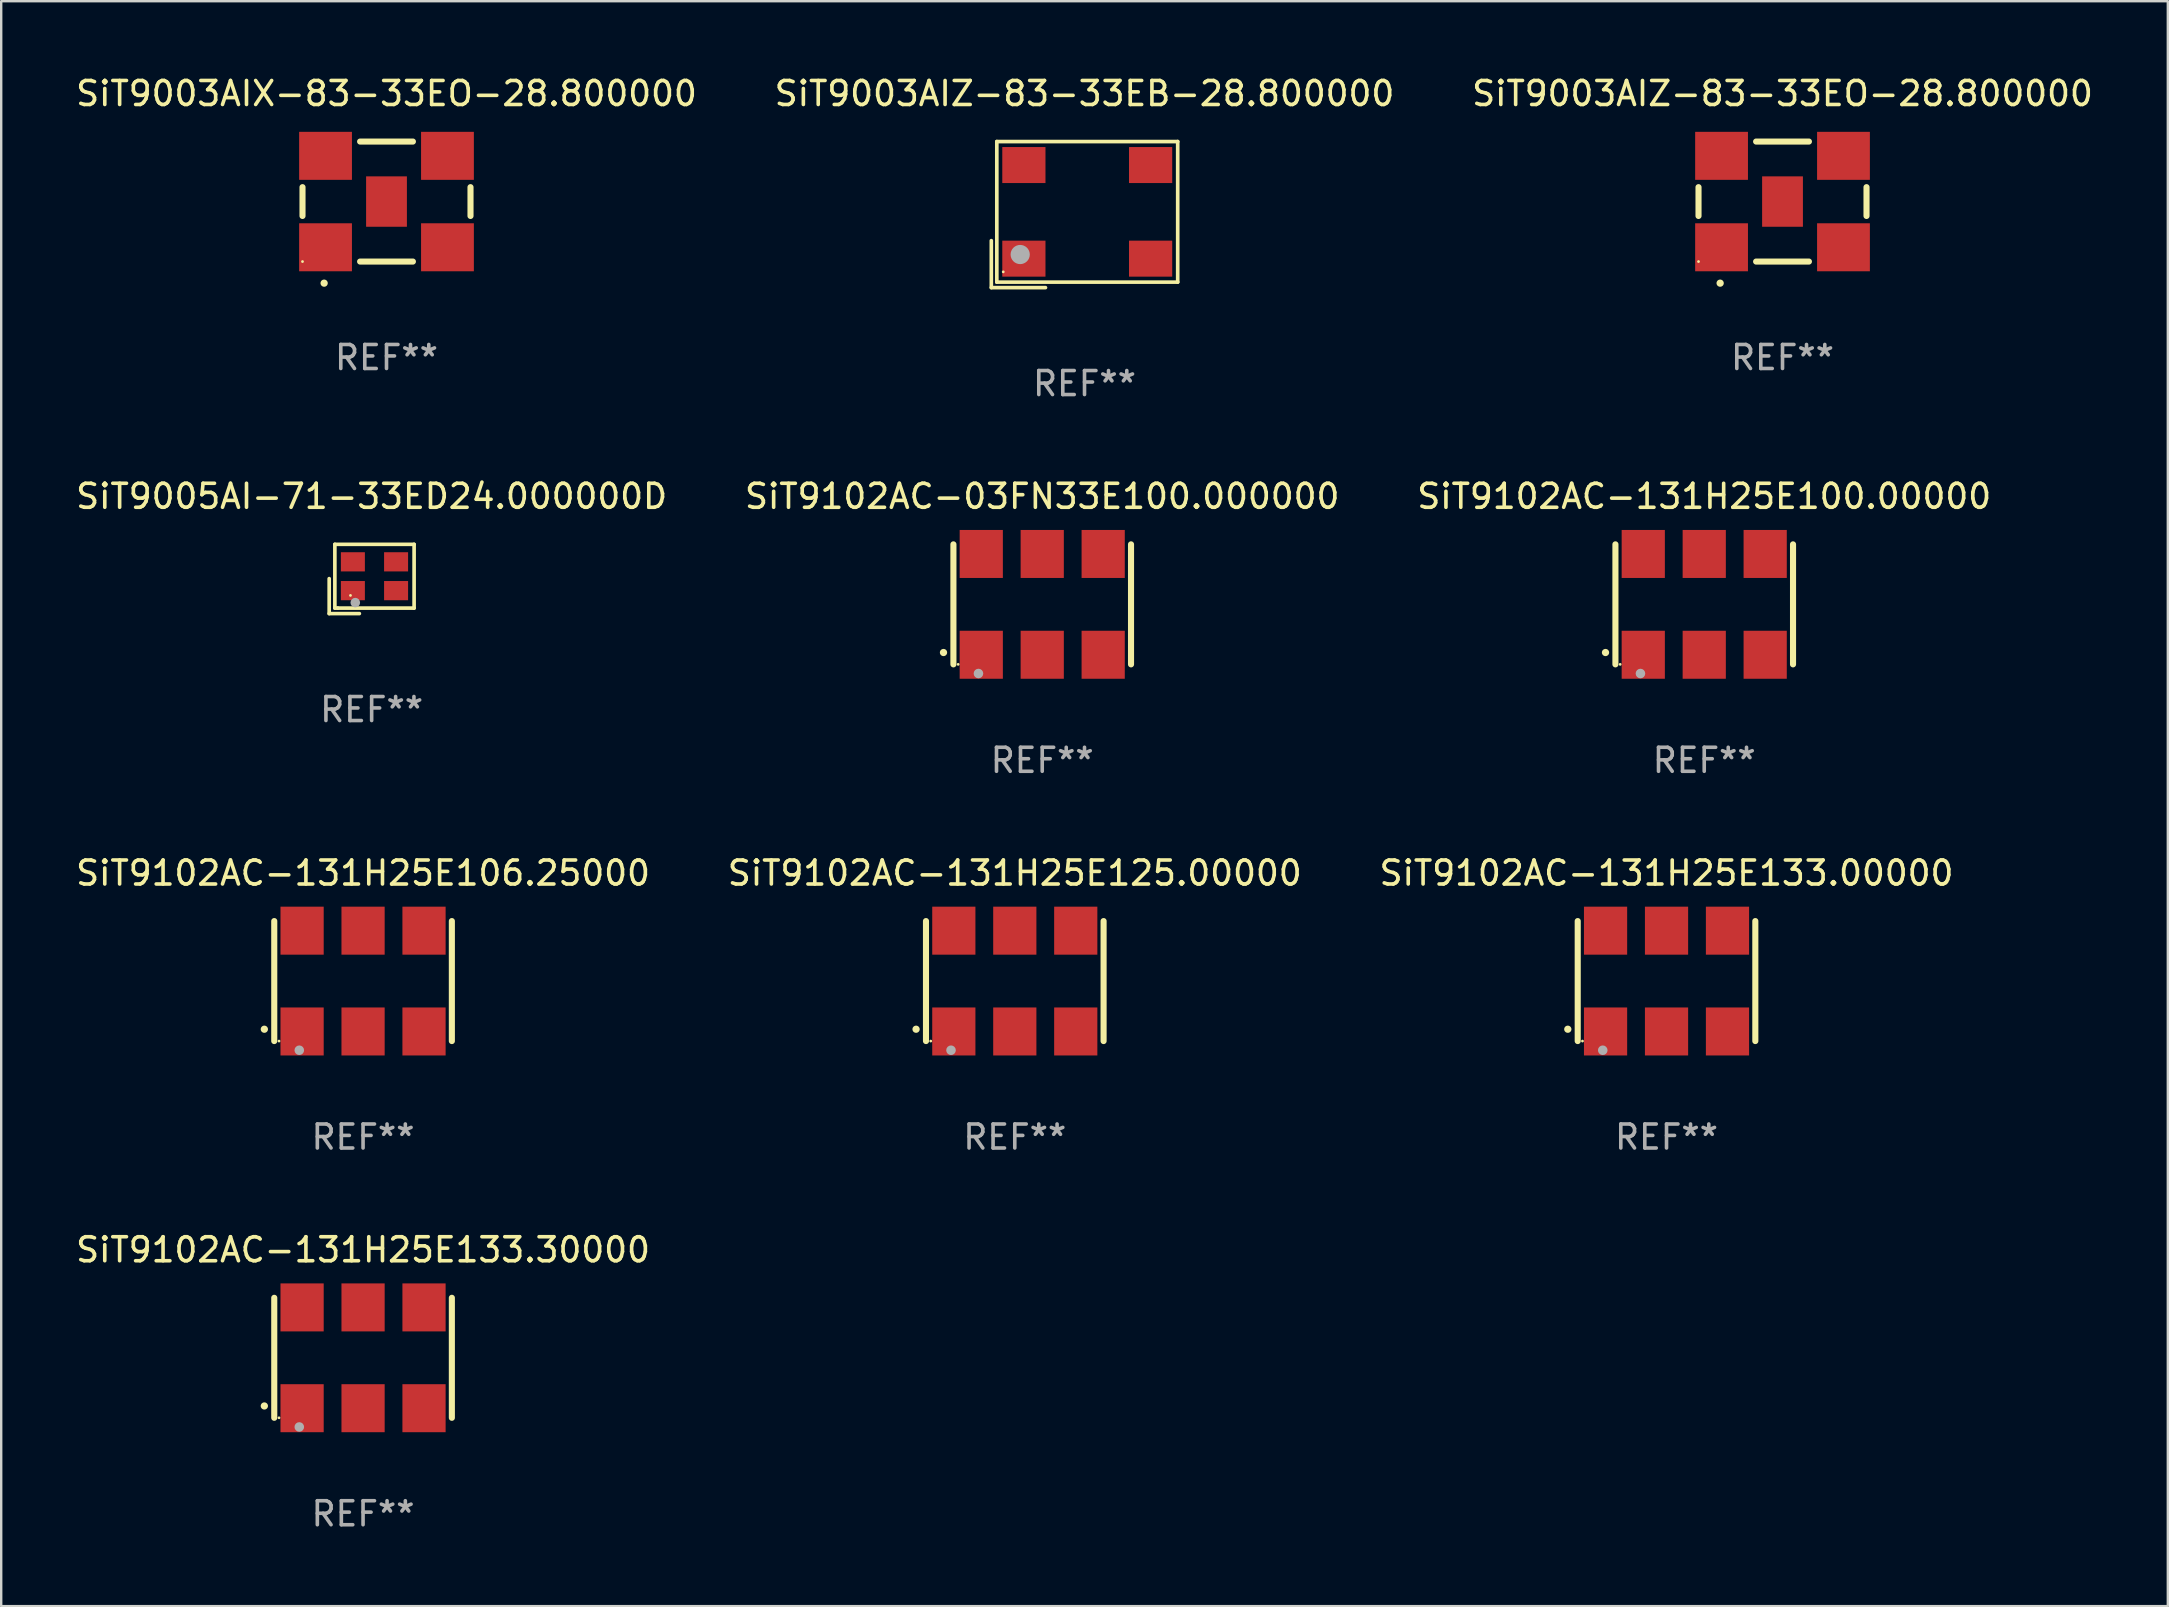
<source format=kicad_pcb>
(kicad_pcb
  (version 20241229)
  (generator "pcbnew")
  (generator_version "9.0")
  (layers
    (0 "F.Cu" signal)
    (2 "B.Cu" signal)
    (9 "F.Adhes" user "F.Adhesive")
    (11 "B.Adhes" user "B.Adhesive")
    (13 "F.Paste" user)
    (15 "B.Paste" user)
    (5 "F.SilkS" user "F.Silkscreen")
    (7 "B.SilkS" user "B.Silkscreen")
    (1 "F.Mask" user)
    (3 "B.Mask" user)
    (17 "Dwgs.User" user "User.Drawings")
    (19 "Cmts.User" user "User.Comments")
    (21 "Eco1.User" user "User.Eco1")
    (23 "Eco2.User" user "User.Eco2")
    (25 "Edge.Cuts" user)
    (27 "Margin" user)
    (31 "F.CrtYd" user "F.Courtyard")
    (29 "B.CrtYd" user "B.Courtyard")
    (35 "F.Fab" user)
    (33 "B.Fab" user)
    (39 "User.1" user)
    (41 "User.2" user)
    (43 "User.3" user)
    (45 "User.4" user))
  (footprint "SiT9102AC-131H25E125.00000"
    (layer "F.Cu")
    (at 39.232 37.827)
    (property "Reference" "SiT9102AC-131H25E125.00000" (at 0 -4.5 0) (layer "F.SilkS") (effects (font (size 1 1) (thickness 0.15))))
    (attr through_hole)
    (fp_line (start -3.7 -2.5) (end -3.7 2.5) (stroke (width 0.254) (type solid)) (layer "F.SilkS"))
    (fp_line (start 3.7 -2.5) (end 3.7 2.5) (stroke (width 0.254) (type solid)) (layer "F.SilkS"))
    (fp_arc (start -4.114415 2.006604) (mid -4.113145 2.006599) (end -4.111875 2.006604) (stroke (width 0.3) (type solid)) (layer "F.SilkS"))
    (fp_circle (center -3.502 2.5) (end -3.472 2.5) (stroke (width 0.06) (type solid)) (fill no) (layer "F.SilkS"))
    (fp_circle (center -2.657 2.882) (end -2.557 2.882) (stroke (width 0.2) (type solid)) (fill no) (layer "F.Fab"))
    (fp_text user "REF**" (at 0 6.5 0) (layer "F.Fab") (effects (font (size 1 1) (thickness 0.15))))
    (pad "1" smd rect (at -2.54 2.1) (size 1.8 2) (layers "F.Cu" "F.Mask" "F.Paste"))
    (pad "2" smd rect (at 0.000394 2.1) (size 1.8 2) (layers "F.Cu" "F.Mask" "F.Paste"))
    (pad "3" smd rect (at 2.54 2.1) (size 1.8 2) (layers "F.Cu" "F.Mask" "F.Paste"))
    (pad "4" smd rect (at 2.54 -2.1) (size 1.8 2) (layers "F.Cu" "F.Mask" "F.Paste"))
    (pad "5" smd rect (at 0.000394 -2.1) (size 1.8 2) (layers "F.Cu" "F.Mask" "F.Paste"))
    (pad "6" smd rect (at -2.54 -2.1) (size 1.8 2) (layers "F.Cu" "F.Mask" "F.Paste")))
  (footprint "SiT9003AIX-83-33EO-28.800000"
    (layer "F.Cu")
    (at 13.054 5.348)
    (property "Reference" "SiT9003AIX-83-33EO-28.800000" (at 0 -4.5 0) (layer "F.SilkS") (effects (font (size 1 1) (thickness 0.15))))
    (attr through_hole)
    (fp_line (start -3.5 -0.6) (end -3.5 0.6) (stroke (width 0.254) (type solid)) (layer "F.SilkS"))
    (fp_line (start -1.1 -2.5) (end 1.1 -2.5) (stroke (width 0.254) (type solid)) (layer "F.SilkS"))
    (fp_line (start -1.1 2.5) (end 1.1 2.5) (stroke (width 0.254) (type solid)) (layer "F.SilkS"))
    (fp_line (start 3.5 -0.6) (end 3.5 0.6) (stroke (width 0.254) (type solid)) (layer "F.SilkS"))
    (fp_arc (start -2.6 3.4) (mid -2.59873 3.399995) (end -2.59746 3.4) (stroke (width 0.3) (type solid)) (layer "F.SilkS"))
    (fp_circle (center -3.5 2.5) (end -3.47 2.5) (stroke (width 0.06) (type solid)) (fill no) (layer "F.SilkS"))
    (fp_text user "REF**" (at 0 6.5 0) (layer "F.Fab") (effects (font (size 1 1) (thickness 0.15))))
    (pad "1" smd rect (at -2.54 1.905) (size 2.2 2) (layers "F.Cu" "F.Mask" "F.Paste"))
    (pad "2" smd rect (at 2.54 1.905) (size 2.2 2) (layers "F.Cu" "F.Mask" "F.Paste"))
    (pad "3" smd rect (at 2.54 -1.905) (size 2.2 2) (layers "F.Cu" "F.Mask" "F.Paste"))
    (pad "4" smd rect (at -2.54 -1.905) (size 2.2 2) (layers "F.Cu" "F.Mask" "F.Paste"))
    (pad "5" smd rect (at 0 0.000127 180) (size 1.7 2.1) (layers "F.Cu" "F.Mask" "F.Paste")))
  (footprint "SiT9102AC-131H25E133.30000"
    (layer "F.Cu")
    (at 12.077 53.524)
    (property "Reference" "SiT9102AC-131H25E133.30000" (at 0 -4.5 0) (layer "F.SilkS") (effects (font (size 1 1) (thickness 0.15))))
    (attr through_hole)
    (fp_line (start -3.7 -2.5) (end -3.7 2.5) (stroke (width 0.254) (type solid)) (layer "F.SilkS"))
    (fp_line (start 3.7 -2.5) (end 3.7 2.5) (stroke (width 0.254) (type solid)) (layer "F.SilkS"))
    (fp_arc (start -4.114415 2.006604) (mid -4.113145 2.006599) (end -4.111875 2.006604) (stroke (width 0.3) (type solid)) (layer "F.SilkS"))
    (fp_circle (center -3.502 2.5) (end -3.472 2.5) (stroke (width 0.06) (type solid)) (fill no) (layer "F.SilkS"))
    (fp_circle (center -2.657 2.882) (end -2.557 2.882) (stroke (width 0.2) (type solid)) (fill no) (layer "F.Fab"))
    (fp_text user "REF**" (at 0 6.5 0) (layer "F.Fab") (effects (font (size 1 1) (thickness 0.15))))
    (pad "1" smd rect (at -2.54 2.1) (size 1.8 2) (layers "F.Cu" "F.Mask" "F.Paste"))
    (pad "2" smd rect (at 0.000394 2.1) (size 1.8 2) (layers "F.Cu" "F.Mask" "F.Paste"))
    (pad "3" smd rect (at 2.54 2.1) (size 1.8 2) (layers "F.Cu" "F.Mask" "F.Paste"))
    (pad "4" smd rect (at 2.54 -2.1) (size 1.8 2) (layers "F.Cu" "F.Mask" "F.Paste"))
    (pad "5" smd rect (at 0.000394 -2.1) (size 1.8 2) (layers "F.Cu" "F.Mask" "F.Paste"))
    (pad "6" smd rect (at -2.54 -2.1) (size 1.8 2) (layers "F.Cu" "F.Mask" "F.Paste")))
  (footprint "SiT9003AIZ-83-33EO-28.800000"
    (layer "F.Cu")
    (at 71.22 5.348)
    (property "Reference" "SiT9003AIZ-83-33EO-28.800000" (at 0 -4.5 0) (layer "F.SilkS") (effects (font (size 1 1) (thickness 0.15))))
    (attr through_hole)
    (fp_line (start -3.5 -0.6) (end -3.5 0.6) (stroke (width 0.254) (type solid)) (layer "F.SilkS"))
    (fp_line (start -1.1 -2.5) (end 1.1 -2.5) (stroke (width 0.254) (type solid)) (layer "F.SilkS"))
    (fp_line (start -1.1 2.5) (end 1.1 2.5) (stroke (width 0.254) (type solid)) (layer "F.SilkS"))
    (fp_line (start 3.5 -0.6) (end 3.5 0.6) (stroke (width 0.254) (type solid)) (layer "F.SilkS"))
    (fp_arc (start -2.6 3.4) (mid -2.59873 3.399995) (end -2.59746 3.4) (stroke (width 0.3) (type solid)) (layer "F.SilkS"))
    (fp_circle (center -3.5 2.5) (end -3.47 2.5) (stroke (width 0.06) (type solid)) (fill no) (layer "F.SilkS"))
    (fp_text user "REF**" (at 0 6.5 0) (layer "F.Fab") (effects (font (size 1 1) (thickness 0.15))))
    (pad "1" smd rect (at -2.54 1.905) (size 2.2 2) (layers "F.Cu" "F.Mask" "F.Paste"))
    (pad "2" smd rect (at 2.54 1.905) (size 2.2 2) (layers "F.Cu" "F.Mask" "F.Paste"))
    (pad "3" smd rect (at 2.54 -1.905) (size 2.2 2) (layers "F.Cu" "F.Mask" "F.Paste"))
    (pad "4" smd rect (at -2.54 -1.905) (size 2.2 2) (layers "F.Cu" "F.Mask" "F.Paste"))
    (pad "5" smd rect (at 0 0.000127 180) (size 1.7 2.1) (layers "F.Cu" "F.Mask" "F.Paste")))
  (footprint "SiT9102AC-131H25E133.00000"
    (layer "F.Cu")
    (at 66.387 37.827)
    (property "Reference" "SiT9102AC-131H25E133.00000" (at 0 -4.5 0) (layer "F.SilkS") (effects (font (size 1 1) (thickness 0.15))))
    (attr through_hole)
    (fp_line (start -3.7 -2.5) (end -3.7 2.5) (stroke (width 0.254) (type solid)) (layer "F.SilkS"))
    (fp_line (start 3.7 -2.5) (end 3.7 2.5) (stroke (width 0.254) (type solid)) (layer "F.SilkS"))
    (fp_arc (start -4.114415 2.006604) (mid -4.113145 2.006599) (end -4.111875 2.006604) (stroke (width 0.3) (type solid)) (layer "F.SilkS"))
    (fp_circle (center -3.502 2.5) (end -3.472 2.5) (stroke (width 0.06) (type solid)) (fill no) (layer "F.SilkS"))
    (fp_circle (center -2.657 2.882) (end -2.557 2.882) (stroke (width 0.2) (type solid)) (fill no) (layer "F.Fab"))
    (fp_text user "REF**" (at 0 6.5 0) (layer "F.Fab") (effects (font (size 1 1) (thickness 0.15))))
    (pad "1" smd rect (at -2.54 2.1) (size 1.8 2) (layers "F.Cu" "F.Mask" "F.Paste"))
    (pad "2" smd rect (at 0.000394 2.1) (size 1.8 2) (layers "F.Cu" "F.Mask" "F.Paste"))
    (pad "3" smd rect (at 2.54 2.1) (size 1.8 2) (layers "F.Cu" "F.Mask" "F.Paste"))
    (pad "4" smd rect (at 2.54 -2.1) (size 1.8 2) (layers "F.Cu" "F.Mask" "F.Paste"))
    (pad "5" smd rect (at 0.000394 -2.1) (size 1.8 2) (layers "F.Cu" "F.Mask" "F.Paste"))
    (pad "6" smd rect (at -2.54 -2.1) (size 1.8 2) (layers "F.Cu" "F.Mask" "F.Paste")))
  (footprint "SiT9102AC-131H25E106.25000"
    (layer "F.Cu")
    (at 12.077 37.827)
    (property "Reference" "SiT9102AC-131H25E106.25000" (at 0 -4.5 0) (layer "F.SilkS") (effects (font (size 1 1) (thickness 0.15))))
    (attr through_hole)
    (fp_line (start -3.7 -2.5) (end -3.7 2.5) (stroke (width 0.254) (type solid)) (layer "F.SilkS"))
    (fp_line (start 3.7 -2.5) (end 3.7 2.5) (stroke (width 0.254) (type solid)) (layer "F.SilkS"))
    (fp_arc (start -4.114415 2.006604) (mid -4.113145 2.006599) (end -4.111875 2.006604) (stroke (width 0.3) (type solid)) (layer "F.SilkS"))
    (fp_circle (center -3.502 2.5) (end -3.472 2.5) (stroke (width 0.06) (type solid)) (fill no) (layer "F.SilkS"))
    (fp_circle (center -2.657 2.882) (end -2.557 2.882) (stroke (width 0.2) (type solid)) (fill no) (layer "F.Fab"))
    (fp_text user "REF**" (at 0 6.5 0) (layer "F.Fab") (effects (font (size 1 1) (thickness 0.15))))
    (pad "1" smd rect (at -2.54 2.1) (size 1.8 2) (layers "F.Cu" "F.Mask" "F.Paste"))
    (pad "2" smd rect (at 0.000394 2.1) (size 1.8 2) (layers "F.Cu" "F.Mask" "F.Paste"))
    (pad "3" smd rect (at 2.54 2.1) (size 1.8 2) (layers "F.Cu" "F.Mask" "F.Paste"))
    (pad "4" smd rect (at 2.54 -2.1) (size 1.8 2) (layers "F.Cu" "F.Mask" "F.Paste"))
    (pad "5" smd rect (at 0.000394 -2.1) (size 1.8 2) (layers "F.Cu" "F.Mask" "F.Paste"))
    (pad "6" smd rect (at -2.54 -2.1) (size 1.8 2) (layers "F.Cu" "F.Mask" "F.Paste")))
  (footprint "SiT9003AIZ-83-33EB-28.800000"
    (layer "F.Cu")
    (at 42.137 5.891)
    (property "Reference" "SiT9003AIZ-83-33EB-28.800000" (at 0 -5.043 0) (layer "F.SilkS") (effects (font (size 1 1) (thickness 0.15))))
    (attr through_hole)
    (fp_line (start -3.883 1.086) (end -3.883 3.043) (stroke (width 0.152) (type solid)) (layer "F.SilkS"))
    (fp_line (start -3.883 3.043) (end -1.626 3.043) (stroke (width 0.152) (type solid)) (layer "F.SilkS"))
    (fp_line (start -3.654 -3.043) (end 3.883 -3.043) (stroke (width 0.152) (type solid)) (layer "F.SilkS"))
    (fp_line (start -3.654 2.814) (end -3.654 -3.043) (stroke (width 0.152) (type solid)) (layer "F.SilkS"))
    (fp_line (start 3.883 -3.043) (end 3.883 2.814) (stroke (width 0.152) (type solid)) (layer "F.SilkS"))
    (fp_line (start 3.883 2.814) (end -3.654 2.814) (stroke (width 0.152) (type solid)) (layer "F.SilkS"))
    (fp_circle (center -3.386 2.386) (end -3.356 2.386) (stroke (width 0.06) (type solid)) (fill no) (layer "F.SilkS"))
    (fp_circle (center -2.68 1.664) (end -2.48 1.664) (stroke (width 0.4) (type solid)) (fill no) (layer "F.Fab"))
    (fp_text user "REF**" (at 0 7.043 0) (layer "F.Fab") (effects (font (size 1 1) (thickness 0.15))))
    (pad "1" smd rect (at -2.526 1.836) (size 1.8 1.5) (layers "F.Cu" "F.Mask" "F.Paste"))
    (pad "2" smd rect (at 2.754 1.836) (size 1.8 1.5) (layers "F.Cu" "F.Mask" "F.Paste"))
    (pad "3" smd rect (at 2.754 -2.064) (size 1.8 1.5) (layers "F.Cu" "F.Mask" "F.Paste"))
    (pad "4" smd rect (at -2.526 -2.064) (size 1.8 1.5) (layers "F.Cu" "F.Mask" "F.Paste")))
  (footprint "SiT9102AC-03FN33E100.000000"
    (layer "F.Cu")
    (at 40.375 22.131)
    (property "Reference" "SiT9102AC-03FN33E100.000000" (at 0 -4.5 0) (layer "F.SilkS") (effects (font (size 1 1) (thickness 0.15))))
    (attr through_hole)
    (fp_line (start -3.7 -2.5) (end -3.7 2.5) (stroke (width 0.254) (type solid)) (layer "F.SilkS"))
    (fp_line (start 3.7 -2.5) (end 3.7 2.5) (stroke (width 0.254) (type solid)) (layer "F.SilkS"))
    (fp_arc (start -4.114415 2.006604) (mid -4.113145 2.006599) (end -4.111875 2.006604) (stroke (width 0.3) (type solid)) (layer "F.SilkS"))
    (fp_circle (center -3.502 2.5) (end -3.472 2.5) (stroke (width 0.06) (type solid)) (fill no) (layer "F.SilkS"))
    (fp_circle (center -2.657 2.882) (end -2.557 2.882) (stroke (width 0.2) (type solid)) (fill no) (layer "F.Fab"))
    (fp_text user "REF**" (at 0 6.5 0) (layer "F.Fab") (effects (font (size 1 1) (thickness 0.15))))
    (pad "1" smd rect (at -2.54 2.1) (size 1.8 2) (layers "F.Cu" "F.Mask" "F.Paste"))
    (pad "2" smd rect (at 0.000394 2.1) (size 1.8 2) (layers "F.Cu" "F.Mask" "F.Paste"))
    (pad "3" smd rect (at 2.54 2.1) (size 1.8 2) (layers "F.Cu" "F.Mask" "F.Paste"))
    (pad "4" smd rect (at 2.54 -2.1) (size 1.8 2) (layers "F.Cu" "F.Mask" "F.Paste"))
    (pad "5" smd rect (at 0.000394 -2.1) (size 1.8 2) (layers "F.Cu" "F.Mask" "F.Paste"))
    (pad "6" smd rect (at -2.54 -2.1) (size 1.8 2) (layers "F.Cu" "F.Mask" "F.Paste")))
  (footprint "SiT9005AI-71-33ED24.000000D"
    (layer "F.Cu")
    (at 12.435 21.073)
    (property "Reference" "SiT9005AI-71-33ED24.000000D" (at 0 -3.443 0) (layer "F.SilkS") (effects (font (size 1 1) (thickness 0.15))))
    (attr through_hole)
    (fp_line (start -1.769 -0.014) (end -1.769 1.443) (stroke (width 0.152) (type solid)) (layer "F.SilkS"))
    (fp_line (start -1.769 1.443) (end -0.512 1.443) (stroke (width 0.152) (type solid)) (layer "F.SilkS"))
    (fp_line (start -1.533 -1.443) (end 1.769 -1.443) (stroke (width 0.152) (type solid)) (layer "F.SilkS"))
    (fp_line (start -1.533 1.214) (end -1.533 -1.443) (stroke (width 0.152) (type solid)) (layer "F.SilkS"))
    (fp_line (start -1.411 1.214) (end -1.533 1.214) (stroke (width 0.152) (type solid)) (layer "F.SilkS"))
    (fp_line (start 1.769 -1.443) (end 1.769 1.214) (stroke (width 0.152) (type solid)) (layer "F.SilkS"))
    (fp_line (start 1.769 1.214) (end -1.411 1.214) (stroke (width 0.152) (type solid)) (layer "F.SilkS"))
    (fp_circle (center -0.882 0.686) (end -0.852 0.686) (stroke (width 0.06) (type solid)) (fill no) (layer "F.SilkS"))
    (fp_circle (center -0.682 0.986) (end -0.582 0.986) (stroke (width 0.2) (type solid)) (fill no) (layer "F.Fab"))
    (fp_text user "REF**" (at 0 5.443 0) (layer "F.Fab") (effects (font (size 1 1) (thickness 0.15))))
    (pad "1" smd rect (at -0.782 0.486 90) (size 0.8 1) (layers "F.Cu" "F.Mask" "F.Paste"))
    (pad "2" smd rect (at 1.018 0.486 90) (size 0.8 1) (layers "F.Cu" "F.Mask" "F.Paste"))
    (pad "3" smd rect (at 1.018 -0.714 90) (size 0.8 1) (layers "F.Cu" "F.Mask" "F.Paste"))
    (pad "4" smd rect (at -0.782 -0.714 90) (size 0.8 1) (layers "F.Cu" "F.Mask" "F.Paste")))
  (footprint "SiT9102AC-131H25E100.00000"
    (layer "F.Cu")
    (at 67.958 22.131)
    (property "Reference" "SiT9102AC-131H25E100.00000" (at 0 -4.5 0) (layer "F.SilkS") (effects (font (size 1 1) (thickness 0.15))))
    (attr through_hole)
    (fp_line (start -3.7 -2.5) (end -3.7 2.5) (stroke (width 0.254) (type solid)) (layer "F.SilkS"))
    (fp_line (start 3.7 -2.5) (end 3.7 2.5) (stroke (width 0.254) (type solid)) (layer "F.SilkS"))
    (fp_arc (start -4.114415 2.006604) (mid -4.113145 2.006599) (end -4.111875 2.006604) (stroke (width 0.3) (type solid)) (layer "F.SilkS"))
    (fp_circle (center -3.502 2.5) (end -3.472 2.5) (stroke (width 0.06) (type solid)) (fill no) (layer "F.SilkS"))
    (fp_circle (center -2.657 2.882) (end -2.557 2.882) (stroke (width 0.2) (type solid)) (fill no) (layer "F.Fab"))
    (fp_text user "REF**" (at 0 6.5 0) (layer "F.Fab") (effects (font (size 1 1) (thickness 0.15))))
    (pad "1" smd rect (at -2.54 2.1) (size 1.8 2) (layers "F.Cu" "F.Mask" "F.Paste"))
    (pad "2" smd rect (at 0.000394 2.1) (size 1.8 2) (layers "F.Cu" "F.Mask" "F.Paste"))
    (pad "3" smd rect (at 2.54 2.1) (size 1.8 2) (layers "F.Cu" "F.Mask" "F.Paste"))
    (pad "4" smd rect (at 2.54 -2.1) (size 1.8 2) (layers "F.Cu" "F.Mask" "F.Paste"))
    (pad "5" smd rect (at 0.000394 -2.1) (size 1.8 2) (layers "F.Cu" "F.Mask" "F.Paste"))
    (pad "6" smd rect (at -2.54 -2.1) (size 1.8 2) (layers "F.Cu" "F.Mask" "F.Paste")))
  (gr_rect
    (start -3 -3)
    (end 87.274 63.872)
    (stroke (width 0.1) (type default))
    (fill no)
    (layer "Edge.Cuts")))
</source>
